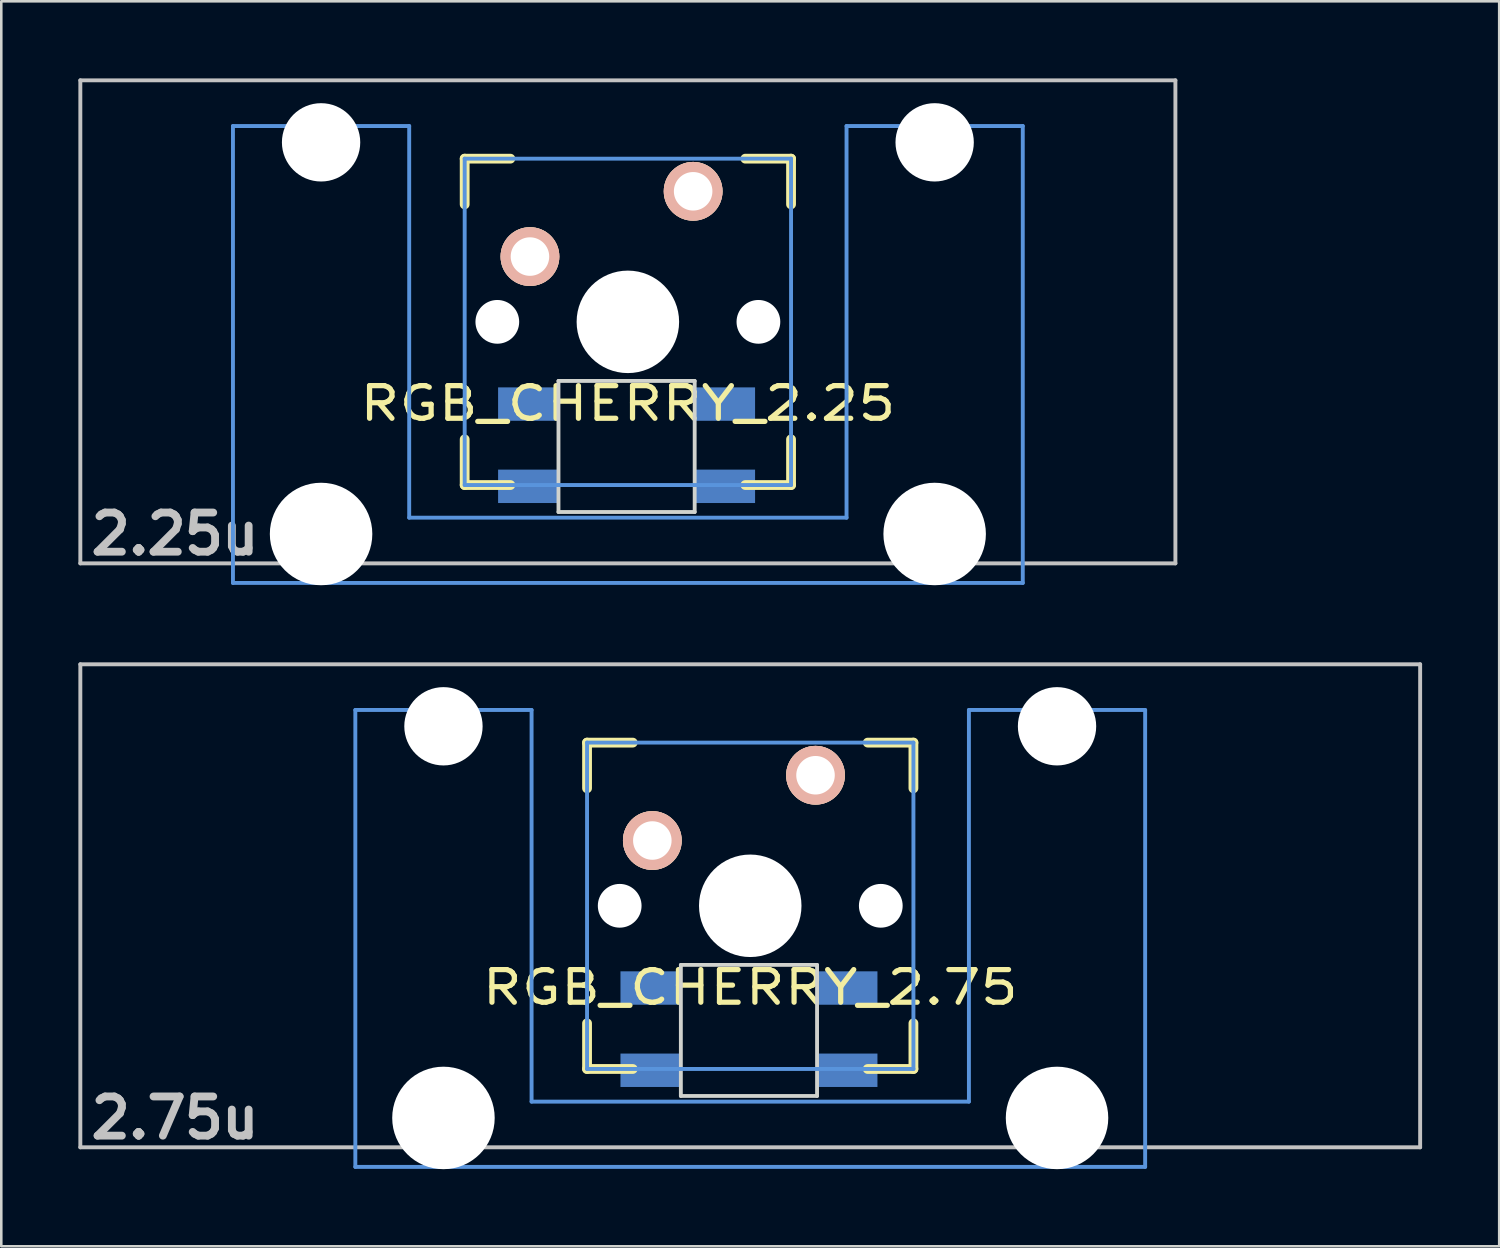
<source format=kicad_pcb>
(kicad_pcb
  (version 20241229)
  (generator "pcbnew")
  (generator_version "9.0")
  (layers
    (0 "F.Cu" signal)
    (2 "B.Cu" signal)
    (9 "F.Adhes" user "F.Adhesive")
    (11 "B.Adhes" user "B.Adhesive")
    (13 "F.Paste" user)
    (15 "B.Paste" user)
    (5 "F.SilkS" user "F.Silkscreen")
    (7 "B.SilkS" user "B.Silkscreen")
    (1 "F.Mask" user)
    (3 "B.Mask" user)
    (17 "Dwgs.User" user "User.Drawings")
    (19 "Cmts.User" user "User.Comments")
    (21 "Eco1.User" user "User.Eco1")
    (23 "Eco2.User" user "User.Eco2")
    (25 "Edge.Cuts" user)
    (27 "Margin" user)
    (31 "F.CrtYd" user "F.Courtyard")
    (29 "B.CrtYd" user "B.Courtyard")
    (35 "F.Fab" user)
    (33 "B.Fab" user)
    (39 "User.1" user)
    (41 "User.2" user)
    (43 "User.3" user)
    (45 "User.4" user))
  (footprint "RGB_CHERRY_2.75"
    (layer "F.Cu")
    (at 26.144 32.197)
    (property "Reference" "RGB_CHERRY_2.75" (at 0 3.175 0) (layer "F.SilkS") (effects (font (size 1.27 1.524) (thickness 0.203))))
    (attr through_hole)
    (fp_line (start -6.35 -6.35) (end -4.572 -6.35) (stroke (width 0.381) (type solid)) (layer "F.SilkS"))
    (fp_line (start -6.35 -4.572) (end -6.35 -6.35) (stroke (width 0.381) (type solid)) (layer "F.SilkS"))
    (fp_line (start -6.35 6.35) (end -6.35 4.572) (stroke (width 0.381) (type solid)) (layer "F.SilkS"))
    (fp_line (start -4.572 6.35) (end -6.35 6.35) (stroke (width 0.381) (type solid)) (layer "F.SilkS"))
    (fp_line (start 4.572 -6.35) (end 6.35 -6.35) (stroke (width 0.381) (type solid)) (layer "F.SilkS"))
    (fp_line (start 6.35 -6.35) (end 6.35 -4.572) (stroke (width 0.381) (type solid)) (layer "F.SilkS"))
    (fp_line (start 6.35 4.572) (end 6.35 6.35) (stroke (width 0.381) (type solid)) (layer "F.SilkS"))
    (fp_line (start 6.35 6.35) (end 4.572 6.35) (stroke (width 0.381) (type solid)) (layer "F.SilkS"))
    (fp_line (start -26.068 -9.398) (end 26.068 -9.398) (stroke (width 0.152) (type solid)) (layer "Dwgs.User"))
    (fp_line (start -26.068 9.398) (end -26.068 -9.398) (stroke (width 0.152) (type solid)) (layer "Dwgs.User"))
    (fp_line (start 26.068 -9.398) (end 26.068 9.398) (stroke (width 0.152) (type solid)) (layer "Dwgs.User"))
    (fp_line (start 26.068 9.398) (end -26.068 9.398) (stroke (width 0.152) (type solid)) (layer "Dwgs.User"))
    (fp_line (start -15.367 -7.62) (end -15.367 10.16) (stroke (width 0.152) (type solid)) (layer "Cmts.User"))
    (fp_line (start -15.367 10.16) (end 15.367 10.16) (stroke (width 0.152) (type solid)) (layer "Cmts.User"))
    (fp_line (start -8.509 -7.62) (end -15.367 -7.62) (stroke (width 0.152) (type solid)) (layer "Cmts.User"))
    (fp_line (start -8.509 7.62) (end -8.509 -7.62) (stroke (width 0.152) (type solid)) (layer "Cmts.User"))
    (fp_line (start -6.35 -6.35) (end 6.35 -6.35) (stroke (width 0.152) (type solid)) (layer "Cmts.User"))
    (fp_line (start -6.35 6.35) (end -6.35 -6.35) (stroke (width 0.152) (type solid)) (layer "Cmts.User"))
    (fp_line (start 6.35 -6.35) (end 6.35 6.35) (stroke (width 0.152) (type solid)) (layer "Cmts.User"))
    (fp_line (start 6.35 6.35) (end -6.35 6.35) (stroke (width 0.152) (type solid)) (layer "Cmts.User"))
    (fp_line (start 8.509 -7.62) (end 8.509 7.62) (stroke (width 0.152) (type solid)) (layer "Cmts.User"))
    (fp_line (start 8.509 7.62) (end -8.509 7.62) (stroke (width 0.152) (type solid)) (layer "Cmts.User"))
    (fp_line (start 15.367 -7.62) (end 8.509 -7.62) (stroke (width 0.152) (type solid)) (layer "Cmts.User"))
    (fp_line (start 15.367 10.16) (end 15.367 -7.62) (stroke (width 0.152) (type solid)) (layer "Cmts.User"))
    (fp_line (start -16.129 -2.286) (end -15.265 -2.286) (stroke (width 0.152) (type solid)) (layer "Eco2.User"))
    (fp_line (start -16.129 0.508) (end -16.129 -2.286) (stroke (width 0.152) (type solid)) (layer "Eco2.User"))
    (fp_line (start -15.265 -5.69) (end -8.611 -5.69) (stroke (width 0.152) (type solid)) (layer "Eco2.User"))
    (fp_line (start -15.265 -2.286) (end -15.265 -5.69) (stroke (width 0.152) (type solid)) (layer "Eco2.User"))
    (fp_line (start -15.265 0.508) (end -16.129 0.508) (stroke (width 0.152) (type solid)) (layer "Eco2.User"))
    (fp_line (start -15.265 6.604) (end -15.265 0.508) (stroke (width 0.152) (type solid)) (layer "Eco2.User"))
    (fp_line (start -14.224 6.604) (end -15.265 6.604) (stroke (width 0.152) (type solid)) (layer "Eco2.User"))
    (fp_line (start -14.224 7.772) (end -14.224 6.604) (stroke (width 0.152) (type solid)) (layer "Eco2.User"))
    (fp_line (start -9.652 6.604) (end -9.652 7.772) (stroke (width 0.152) (type solid)) (layer "Eco2.User"))
    (fp_line (start -9.652 7.772) (end -14.224 7.772) (stroke (width 0.152) (type solid)) (layer "Eco2.User"))
    (fp_line (start -8.611 -5.69) (end -8.611 -4.877) (stroke (width 0.152) (type solid)) (layer "Eco2.User"))
    (fp_line (start -8.611 -4.877) (end -6.985 -4.877) (stroke (width 0.152) (type solid)) (layer "Eco2.User"))
    (fp_line (start -8.611 5.817) (end -8.611 6.604) (stroke (width 0.152) (type solid)) (layer "Eco2.User"))
    (fp_line (start -8.611 6.604) (end -9.652 6.604) (stroke (width 0.152) (type solid)) (layer "Eco2.User"))
    (fp_line (start -6.985 -6.985) (end 6.985 -6.985) (stroke (width 0.152) (type solid)) (layer "Eco2.User"))
    (fp_line (start -6.985 -4.877) (end -6.985 -6.985) (stroke (width 0.152) (type solid)) (layer "Eco2.User"))
    (fp_line (start -6.985 5.817) (end -8.611 5.817) (stroke (width 0.152) (type solid)) (layer "Eco2.User"))
    (fp_line (start -6.985 6.985) (end -6.985 5.817) (stroke (width 0.152) (type solid)) (layer "Eco2.User"))
    (fp_line (start 6.985 -6.985) (end 6.985 -4.877) (stroke (width 0.152) (type solid)) (layer "Eco2.User"))
    (fp_line (start 6.985 -4.877) (end 8.611 -4.877) (stroke (width 0.152) (type solid)) (layer "Eco2.User"))
    (fp_line (start 6.985 5.817) (end 6.985 6.985) (stroke (width 0.152) (type solid)) (layer "Eco2.User"))
    (fp_line (start 6.985 6.985) (end -6.985 6.985) (stroke (width 0.152) (type solid)) (layer "Eco2.User"))
    (fp_line (start 8.611 -5.69) (end 15.265 -5.69) (stroke (width 0.152) (type solid)) (layer "Eco2.User"))
    (fp_line (start 8.611 -4.877) (end 8.611 -5.69) (stroke (width 0.152) (type solid)) (layer "Eco2.User"))
    (fp_line (start 8.611 5.817) (end 6.985 5.817) (stroke (width 0.152) (type solid)) (layer "Eco2.User"))
    (fp_line (start 8.611 6.604) (end 8.611 5.817) (stroke (width 0.152) (type solid)) (layer "Eco2.User"))
    (fp_line (start 9.652 6.604) (end 8.611 6.604) (stroke (width 0.152) (type solid)) (layer "Eco2.User"))
    (fp_line (start 9.652 7.772) (end 9.652 6.604) (stroke (width 0.152) (type solid)) (layer "Eco2.User"))
    (fp_line (start 14.224 6.604) (end 14.224 7.772) (stroke (width 0.152) (type solid)) (layer "Eco2.User"))
    (fp_line (start 14.224 7.772) (end 9.652 7.772) (stroke (width 0.152) (type solid)) (layer "Eco2.User"))
    (fp_line (start 15.265 -5.69) (end 15.265 -2.286) (stroke (width 0.152) (type solid)) (layer "Eco2.User"))
    (fp_line (start 15.265 -2.286) (end 16.129 -2.286) (stroke (width 0.152) (type solid)) (layer "Eco2.User"))
    (fp_line (start 15.265 0.508) (end 15.265 6.604) (stroke (width 0.152) (type solid)) (layer "Eco2.User"))
    (fp_line (start 15.265 6.604) (end 14.224 6.604) (stroke (width 0.152) (type solid)) (layer "Eco2.User"))
    (fp_line (start 16.129 -2.286) (end 16.129 0.508) (stroke (width 0.152) (type solid)) (layer "Eco2.User"))
    (fp_line (start 16.129 0.508) (end 15.265 0.508) (stroke (width 0.152) (type solid)) (layer "Eco2.User"))
    (fp_line (start -2.7 2.3) (end -2.7 7.4) (stroke (width 0.15) (type solid)) (layer "Edge.Cuts"))
    (fp_line (start -2.7 2.3) (end 2.6 2.3) (stroke (width 0.15) (type solid)) (layer "Edge.Cuts"))
    (fp_line (start 2.6 2.3) (end 2.6 7.4) (stroke (width 0.15) (type solid)) (layer "Edge.Cuts"))
    (fp_line (start 2.6 7.4) (end -2.7 7.4) (stroke (width 0.15) (type solid)) (layer "Edge.Cuts"))
    (fp_text user "2.75u" (at -22.385 8.255 0) (layer "Dwgs.User") (effects (font (size 1.524 1.524) (thickness 0.305))))
    (pad "" np_thru_hole circle (at -11.938 -6.985) (size 3.048 3.048) (drill 3.048) (layers "*.Cu"))
    (pad "" np_thru_hole circle (at -11.938 8.255) (size 3.988 3.988) (drill 3.988) (layers "*.Cu"))
    (pad "" np_thru_hole circle (at -5.08 0) (size 1.702 1.702) (drill 1.702) (layers "*.Cu"))
    (pad "" np_thru_hole circle (at 0 0) (size 3.988 3.988) (drill 3.988) (layers "*.Cu"))
    (pad "" np_thru_hole circle (at 5.08 0) (size 1.702 1.702) (drill 1.702) (layers "*.Cu"))
    (pad "" np_thru_hole circle (at 11.938 -6.985) (size 3.048 3.048) (drill 3.048) (layers "*.Cu"))
    (pad "" np_thru_hole circle (at 11.938 8.255) (size 3.988 3.988) (drill 3.988) (layers "*.Cu"))
    (pad "1" thru_hole circle (at 2.54 -5.08) (size 2.286 2.286) (drill 1.499) (layers "*.Cu" "*.SilkS" "*.Mask"))
    (pad "2" thru_hole circle (at -3.81 -2.54) (size 2.286 2.286) (drill 1.499) (layers "*.Cu" "*.SilkS" "*.Mask"))
    (pad "3" smd rect (at -2.8 3.2) (size 2.3 1.3) (drill (offset -1.1 0)) (layers "B.Cu" "B.Mask" "B.Paste"))
    (pad "4" smd rect (at -2.8 6.4) (size 2.3 1.3) (drill (offset -1.1 0)) (layers "B.Cu" "B.Mask" "B.Paste"))
    (pad "5" smd rect (at 2.7 6.4) (size 2.3 1.3) (drill (offset 1.1 0)) (layers "B.Cu" "B.Mask" "B.Paste"))
    (pad "6" smd rect (at 2.7 3.2) (size 2.3 1.3) (drill (offset 1.1 0)) (layers "B.Cu" "B.Mask" "B.Paste")))
  (footprint "RGB_CHERRY_2.25"
    (layer "F.Cu")
    (at 21.382 9.474)
    (property "Reference" "RGB_CHERRY_2.25" (at 0 3.175 0) (layer "F.SilkS") (effects (font (size 1.27 1.524) (thickness 0.203))))
    (attr through_hole)
    (fp_line (start -6.35 -6.35) (end -4.572 -6.35) (stroke (width 0.381) (type solid)) (layer "F.SilkS"))
    (fp_line (start -6.35 -4.572) (end -6.35 -6.35) (stroke (width 0.381) (type solid)) (layer "F.SilkS"))
    (fp_line (start -6.35 6.35) (end -6.35 4.572) (stroke (width 0.381) (type solid)) (layer "F.SilkS"))
    (fp_line (start -4.572 6.35) (end -6.35 6.35) (stroke (width 0.381) (type solid)) (layer "F.SilkS"))
    (fp_line (start 4.572 -6.35) (end 6.35 -6.35) (stroke (width 0.381) (type solid)) (layer "F.SilkS"))
    (fp_line (start 6.35 -6.35) (end 6.35 -4.572) (stroke (width 0.381) (type solid)) (layer "F.SilkS"))
    (fp_line (start 6.35 4.572) (end 6.35 6.35) (stroke (width 0.381) (type solid)) (layer "F.SilkS"))
    (fp_line (start 6.35 6.35) (end 4.572 6.35) (stroke (width 0.381) (type solid)) (layer "F.SilkS"))
    (fp_line (start -21.306 -9.398) (end 21.306 -9.398) (stroke (width 0.152) (type solid)) (layer "Dwgs.User"))
    (fp_line (start -21.306 9.398) (end -21.306 -9.398) (stroke (width 0.152) (type solid)) (layer "Dwgs.User"))
    (fp_line (start 21.306 -9.398) (end 21.306 9.398) (stroke (width 0.152) (type solid)) (layer "Dwgs.User"))
    (fp_line (start 21.306 9.398) (end -21.306 9.398) (stroke (width 0.152) (type solid)) (layer "Dwgs.User"))
    (fp_line (start -15.367 -7.62) (end -15.367 10.16) (stroke (width 0.152) (type solid)) (layer "Cmts.User"))
    (fp_line (start -15.367 10.16) (end 15.367 10.16) (stroke (width 0.152) (type solid)) (layer "Cmts.User"))
    (fp_line (start -8.509 -7.62) (end -15.367 -7.62) (stroke (width 0.152) (type solid)) (layer "Cmts.User"))
    (fp_line (start -8.509 7.62) (end -8.509 -7.62) (stroke (width 0.152) (type solid)) (layer "Cmts.User"))
    (fp_line (start -6.35 -6.35) (end 6.35 -6.35) (stroke (width 0.152) (type solid)) (layer "Cmts.User"))
    (fp_line (start -6.35 6.35) (end -6.35 -6.35) (stroke (width 0.152) (type solid)) (layer "Cmts.User"))
    (fp_line (start 6.35 -6.35) (end 6.35 6.35) (stroke (width 0.152) (type solid)) (layer "Cmts.User"))
    (fp_line (start 6.35 6.35) (end -6.35 6.35) (stroke (width 0.152) (type solid)) (layer "Cmts.User"))
    (fp_line (start 8.509 -7.62) (end 8.509 7.62) (stroke (width 0.152) (type solid)) (layer "Cmts.User"))
    (fp_line (start 8.509 7.62) (end -8.509 7.62) (stroke (width 0.152) (type solid)) (layer "Cmts.User"))
    (fp_line (start 15.367 -7.62) (end 8.509 -7.62) (stroke (width 0.152) (type solid)) (layer "Cmts.User"))
    (fp_line (start 15.367 10.16) (end 15.367 -7.62) (stroke (width 0.152) (type solid)) (layer "Cmts.User"))
    (fp_line (start -16.129 -2.286) (end -15.265 -2.286) (stroke (width 0.152) (type solid)) (layer "Eco2.User"))
    (fp_line (start -16.129 0.508) (end -16.129 -2.286) (stroke (width 0.152) (type solid)) (layer "Eco2.User"))
    (fp_line (start -15.265 -5.69) (end -8.611 -5.69) (stroke (width 0.152) (type solid)) (layer "Eco2.User"))
    (fp_line (start -15.265 -2.286) (end -15.265 -5.69) (stroke (width 0.152) (type solid)) (layer "Eco2.User"))
    (fp_line (start -15.265 0.508) (end -16.129 0.508) (stroke (width 0.152) (type solid)) (layer "Eco2.User"))
    (fp_line (start -15.265 6.604) (end -15.265 0.508) (stroke (width 0.152) (type solid)) (layer "Eco2.User"))
    (fp_line (start -14.224 6.604) (end -15.265 6.604) (stroke (width 0.152) (type solid)) (layer "Eco2.User"))
    (fp_line (start -14.224 7.772) (end -14.224 6.604) (stroke (width 0.152) (type solid)) (layer "Eco2.User"))
    (fp_line (start -9.652 6.604) (end -9.652 7.772) (stroke (width 0.152) (type solid)) (layer "Eco2.User"))
    (fp_line (start -9.652 7.772) (end -14.224 7.772) (stroke (width 0.152) (type solid)) (layer "Eco2.User"))
    (fp_line (start -8.611 -5.69) (end -8.611 -4.877) (stroke (width 0.152) (type solid)) (layer "Eco2.User"))
    (fp_line (start -8.611 -4.877) (end -6.985 -4.877) (stroke (width 0.152) (type solid)) (layer "Eco2.User"))
    (fp_line (start -8.611 5.817) (end -8.611 6.604) (stroke (width 0.152) (type solid)) (layer "Eco2.User"))
    (fp_line (start -8.611 6.604) (end -9.652 6.604) (stroke (width 0.152) (type solid)) (layer "Eco2.User"))
    (fp_line (start -6.985 -6.985) (end 6.985 -6.985) (stroke (width 0.152) (type solid)) (layer "Eco2.User"))
    (fp_line (start -6.985 -4.877) (end -6.985 -6.985) (stroke (width 0.152) (type solid)) (layer "Eco2.User"))
    (fp_line (start -6.985 5.817) (end -8.611 5.817) (stroke (width 0.152) (type solid)) (layer "Eco2.User"))
    (fp_line (start -6.985 6.985) (end -6.985 5.817) (stroke (width 0.152) (type solid)) (layer "Eco2.User"))
    (fp_line (start 6.985 -6.985) (end 6.985 -4.877) (stroke (width 0.152) (type solid)) (layer "Eco2.User"))
    (fp_line (start 6.985 -4.877) (end 8.611 -4.877) (stroke (width 0.152) (type solid)) (layer "Eco2.User"))
    (fp_line (start 6.985 5.817) (end 6.985 6.985) (stroke (width 0.152) (type solid)) (layer "Eco2.User"))
    (fp_line (start 6.985 6.985) (end -6.985 6.985) (stroke (width 0.152) (type solid)) (layer "Eco2.User"))
    (fp_line (start 8.611 -5.69) (end 15.265 -5.69) (stroke (width 0.152) (type solid)) (layer "Eco2.User"))
    (fp_line (start 8.611 -4.877) (end 8.611 -5.69) (stroke (width 0.152) (type solid)) (layer "Eco2.User"))
    (fp_line (start 8.611 5.817) (end 6.985 5.817) (stroke (width 0.152) (type solid)) (layer "Eco2.User"))
    (fp_line (start 8.611 6.604) (end 8.611 5.817) (stroke (width 0.152) (type solid)) (layer "Eco2.User"))
    (fp_line (start 9.652 6.604) (end 8.611 6.604) (stroke (width 0.152) (type solid)) (layer "Eco2.User"))
    (fp_line (start 9.652 7.772) (end 9.652 6.604) (stroke (width 0.152) (type solid)) (layer "Eco2.User"))
    (fp_line (start 14.224 6.604) (end 14.224 7.772) (stroke (width 0.152) (type solid)) (layer "Eco2.User"))
    (fp_line (start 14.224 7.772) (end 9.652 7.772) (stroke (width 0.152) (type solid)) (layer "Eco2.User"))
    (fp_line (start 15.265 -5.69) (end 15.265 -2.286) (stroke (width 0.152) (type solid)) (layer "Eco2.User"))
    (fp_line (start 15.265 -2.286) (end 16.129 -2.286) (stroke (width 0.152) (type solid)) (layer "Eco2.User"))
    (fp_line (start 15.265 0.508) (end 15.265 6.604) (stroke (width 0.152) (type solid)) (layer "Eco2.User"))
    (fp_line (start 15.265 6.604) (end 14.224 6.604) (stroke (width 0.152) (type solid)) (layer "Eco2.User"))
    (fp_line (start 16.129 -2.286) (end 16.129 0.508) (stroke (width 0.152) (type solid)) (layer "Eco2.User"))
    (fp_line (start 16.129 0.508) (end 15.265 0.508) (stroke (width 0.152) (type solid)) (layer "Eco2.User"))
    (fp_line (start -2.7 2.3) (end -2.7 7.4) (stroke (width 0.15) (type solid)) (layer "Edge.Cuts"))
    (fp_line (start -2.7 2.3) (end 2.6 2.3) (stroke (width 0.15) (type solid)) (layer "Edge.Cuts"))
    (fp_line (start 2.6 2.3) (end 2.6 7.4) (stroke (width 0.15) (type solid)) (layer "Edge.Cuts"))
    (fp_line (start 2.6 7.4) (end -2.7 7.4) (stroke (width 0.15) (type solid)) (layer "Edge.Cuts"))
    (fp_text user "2.25u" (at -17.623 8.255 0) (layer "Dwgs.User") (effects (font (size 1.524 1.524) (thickness 0.305))))
    (pad "" np_thru_hole circle (at -11.938 -6.985) (size 3.048 3.048) (drill 3.048) (layers "*.Cu"))
    (pad "" np_thru_hole circle (at -11.938 8.255) (size 3.988 3.988) (drill 3.988) (layers "*.Cu"))
    (pad "" np_thru_hole circle (at -5.08 0) (size 1.702 1.702) (drill 1.702) (layers "*.Cu"))
    (pad "" np_thru_hole circle (at 0 0) (size 3.988 3.988) (drill 3.988) (layers "*.Cu"))
    (pad "" np_thru_hole circle (at 5.08 0) (size 1.702 1.702) (drill 1.702) (layers "*.Cu"))
    (pad "" np_thru_hole circle (at 11.938 -6.985) (size 3.048 3.048) (drill 3.048) (layers "*.Cu"))
    (pad "" np_thru_hole circle (at 11.938 8.255) (size 3.988 3.988) (drill 3.988) (layers "*.Cu"))
    (pad "1" thru_hole circle (at 2.54 -5.08) (size 2.286 2.286) (drill 1.499) (layers "*.Cu" "*.SilkS" "*.Mask"))
    (pad "2" thru_hole circle (at -3.81 -2.54) (size 2.286 2.286) (drill 1.499) (layers "*.Cu" "*.SilkS" "*.Mask"))
    (pad "3" smd rect (at -2.8 3.2) (size 2.3 1.3) (drill (offset -1.1 0)) (layers "B.Cu" "B.Mask" "B.Paste"))
    (pad "4" smd rect (at -2.8 6.4) (size 2.3 1.3) (drill (offset -1.1 0)) (layers "B.Cu" "B.Mask" "B.Paste"))
    (pad "5" smd rect (at 2.7 6.4) (size 2.3 1.3) (drill (offset 1.1 0)) (layers "B.Cu" "B.Mask" "B.Paste"))
    (pad "6" smd rect (at 2.7 3.2) (size 2.3 1.3) (drill (offset 1.1 0)) (layers "B.Cu" "B.Mask" "B.Paste")))
  (gr_rect
    (start -3 -3)
    (end 55.288 45.446)
    (stroke (width 0.1) (type default))
    (fill no)
    (layer "Edge.Cuts")))
</source>
